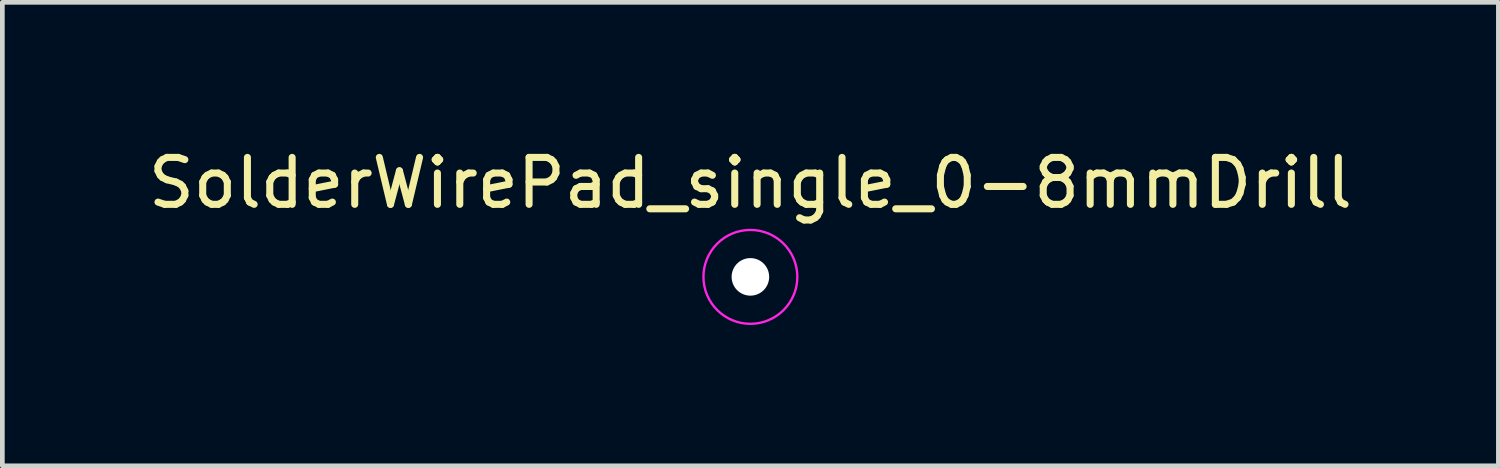
<source format=kicad_pcb>
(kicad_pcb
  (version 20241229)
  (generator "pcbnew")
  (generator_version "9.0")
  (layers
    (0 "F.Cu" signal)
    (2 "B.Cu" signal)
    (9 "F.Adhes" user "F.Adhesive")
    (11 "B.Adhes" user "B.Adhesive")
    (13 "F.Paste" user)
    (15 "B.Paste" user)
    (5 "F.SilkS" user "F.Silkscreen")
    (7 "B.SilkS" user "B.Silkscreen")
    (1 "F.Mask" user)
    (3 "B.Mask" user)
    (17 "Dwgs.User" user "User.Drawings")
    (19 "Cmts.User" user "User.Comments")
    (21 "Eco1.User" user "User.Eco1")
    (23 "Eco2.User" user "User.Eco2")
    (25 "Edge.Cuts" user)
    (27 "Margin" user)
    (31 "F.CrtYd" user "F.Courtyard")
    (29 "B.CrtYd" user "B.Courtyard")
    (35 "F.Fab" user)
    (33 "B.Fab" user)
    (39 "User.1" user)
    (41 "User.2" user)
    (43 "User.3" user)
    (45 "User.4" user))
  (footprint "SolderWirePad_single_0-8mmDrill"
    (layer "F.Cu")
    (at 12.935 2.848)
    (property "Reference" "SolderWirePad_single_0-8mmDrill" (at 0 -2 0) (layer "F.SilkS") (effects (font (size 1 1) (thickness 0.15))))
    (attr exclude_from_pos_files exclude_from_bom)
    (fp_circle (center 0 0) (end 1 0) (stroke (width 0.05) (type solid)) (fill no) (layer "F.CrtYd"))
    (pad "" np_thru_hole circle (at 0 0) (size 0.8 0.8) (drill 0.8) (layers "*.Cu" "*.Mask")))
  (gr_rect
    (start -3 -3)
    (end 28.869 6.873)
    (stroke (width 0.1) (type default))
    (fill no)
    (layer "Edge.Cuts")))
</source>
